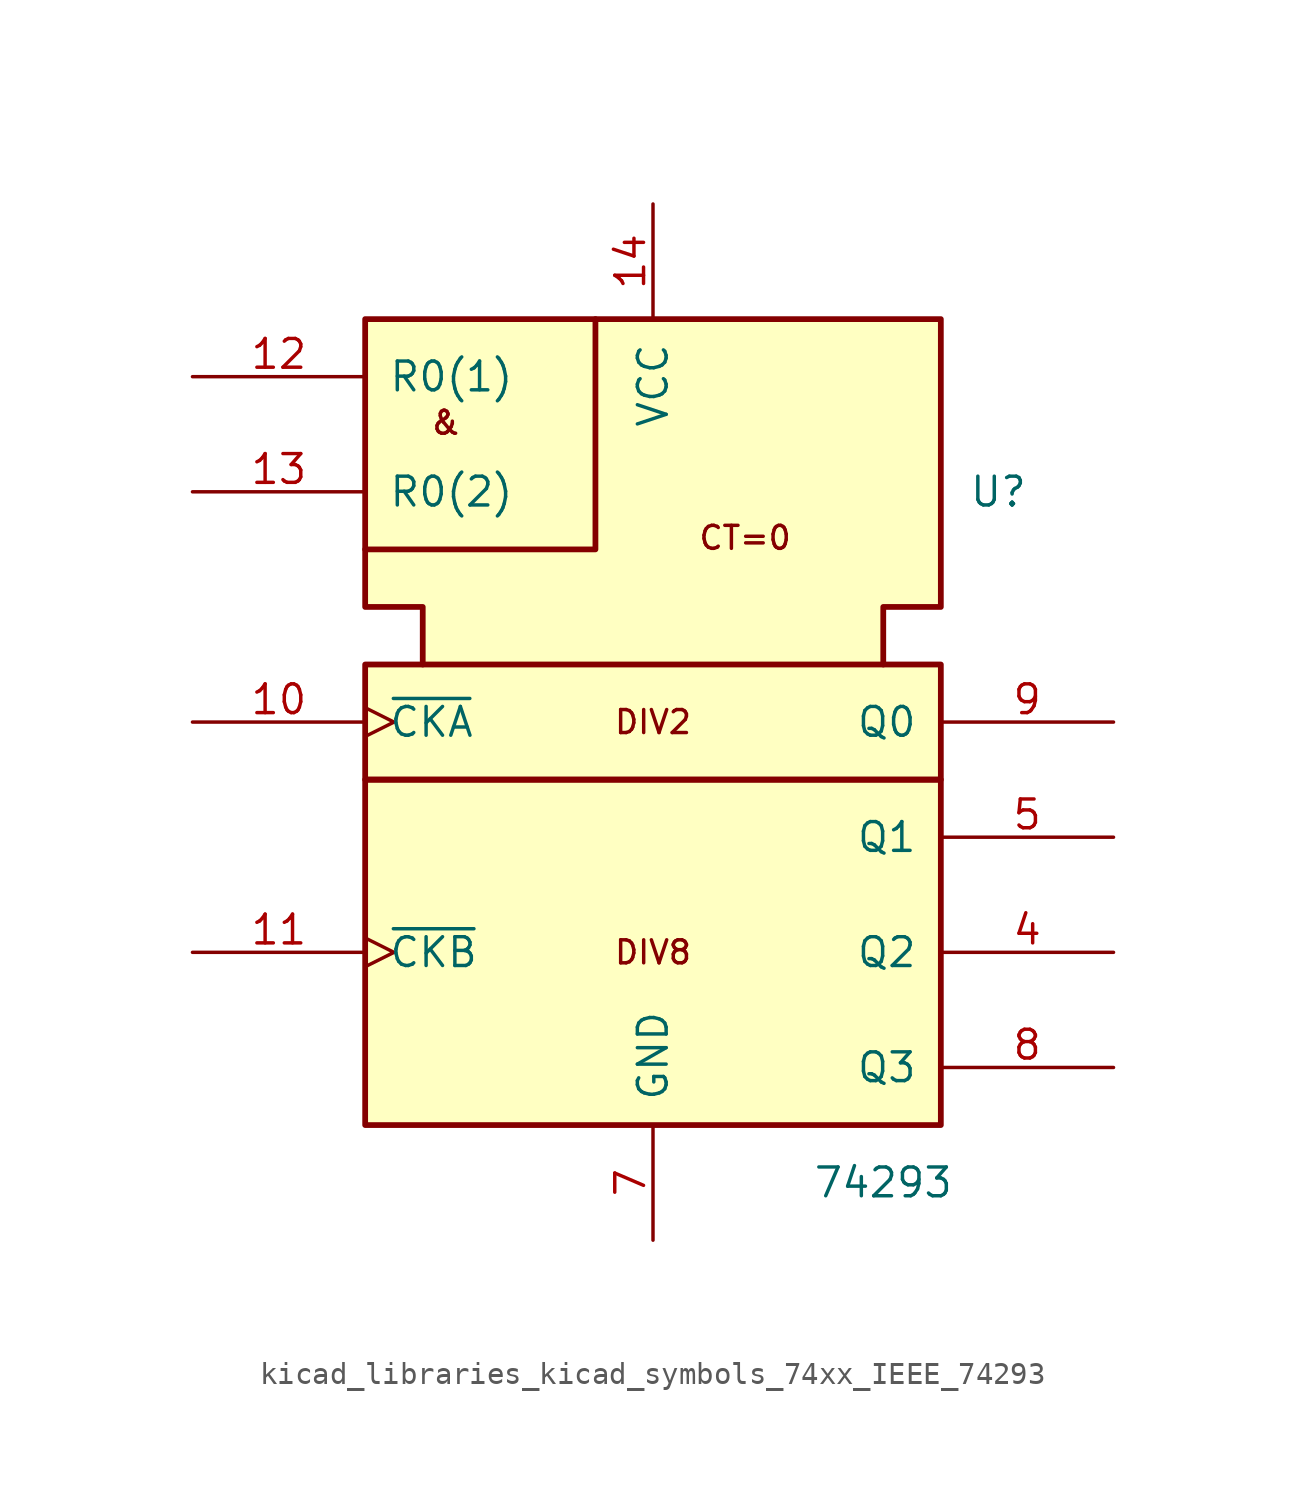
<source format=kicad_sym>
(kicad_symbol_lib
  (version 20220914)
  (generator kicad_symbol_editor)
  (symbol "kicad_libraries_kicad_symbols_74xx_IEEE_74293"
    (pin_names
      (offset 1.016))
    (property "Reference" "U"
      (at 15.24 10.16 0)
      (effects (font (size 1.27 1.27))))
    (property "Value" "74293"
      (at 10.16 -20.32 0)
      (effects (font (size 1.27 1.27))))
    (symbol "kicad_libraries_kicad_symbols_74xx_IEEE_74293_0_0"
      (rectangle (start -12.7 -2.54) (end 12.7 -17.78) (stroke (width 0.254) (type default)) (fill (type background)))
      (rectangle (start -12.7 2.54) (end 12.7 -2.54) (stroke (width 0.254) (type default)) (fill (type background)))
      (polyline (pts (xy -2.54 17.78) (xy -2.54 7.62) (xy -12.7 7.62) (xy -12.7 7.62)) (stroke (width 0.254) (type default)) (fill (type background)))
      (polyline (pts (xy -10.16 2.54) (xy -10.16 5.08) (xy -12.7 5.08) (xy -12.7 17.78) (xy 12.7 17.78) (xy 12.7 5.08) (xy 10.16 5.08) (xy 10.16 2.54) (xy 10.16 2.54)) (stroke (width 0.254) (type default)) (fill (type background)))
      (text "&" (at -9.144 13.208 0) (effects (font (size 1.016 1.016))))
      (text "CT=0" (at 4.064 8.128 0) (effects (font (size 1.016 1.016))))
      (text "DIV2" (at 0 0 0) (effects (font (size 1.016 1.016))))
      (text "DIV8" (at 0 -10.16 0) (effects (font (size 1.016 1.016))))
      (pin power_in line (at 0 22.86 270) (length 5.08) (name "VCC" (effects (font (size 1.27 1.27)))) (number "14" (effects (font (size 1.27 1.27)))))
      (pin power_in line (at 0 -22.86 90) (length 5.08) (name "GND" (effects (font (size 1.27 1.27)))) (number "7" (effects (font (size 1.27 1.27))))))
    (symbol "kicad_libraries_kicad_symbols_74xx_IEEE_74293_1_1"
      (pin input clock (at -20.32 0 0) (length 7.62) (name "~{CKA}" (effects (font (size 1.27 1.27)))) (number "10" (effects (font (size 1.27 1.27)))))
      (pin input clock (at -20.32 -10.16 0) (length 7.62) (name "~{CKB}" (effects (font (size 1.27 1.27)))) (number "11" (effects (font (size 1.27 1.27)))))
      (pin input line (at -20.32 15.24 0) (length 7.62) (name "R0(1)" (effects (font (size 1.27 1.27)))) (number "12" (effects (font (size 1.27 1.27)))))
      (pin input line (at -20.32 10.16 0) (length 7.62) (name "R0(2)" (effects (font (size 1.27 1.27)))) (number "13" (effects (font (size 1.27 1.27)))))
      (pin output line (at 20.32 -10.16 180) (length 7.62) (name "Q2" (effects (font (size 1.27 1.27)))) (number "4" (effects (font (size 1.27 1.27)))))
      (pin output line (at 20.32 -5.08 180) (length 7.62) (name "Q1" (effects (font (size 1.27 1.27)))) (number "5" (effects (font (size 1.27 1.27)))))
      (pin output line (at 20.32 -15.24 180) (length 7.62) (name "Q3" (effects (font (size 1.27 1.27)))) (number "8" (effects (font (size 1.27 1.27)))))
      (pin output line (at 20.32 0 180) (length 7.62) (name "Q0" (effects (font (size 1.27 1.27)))) (number "9" (effects (font (size 1.27 1.27))))))))
</source>
